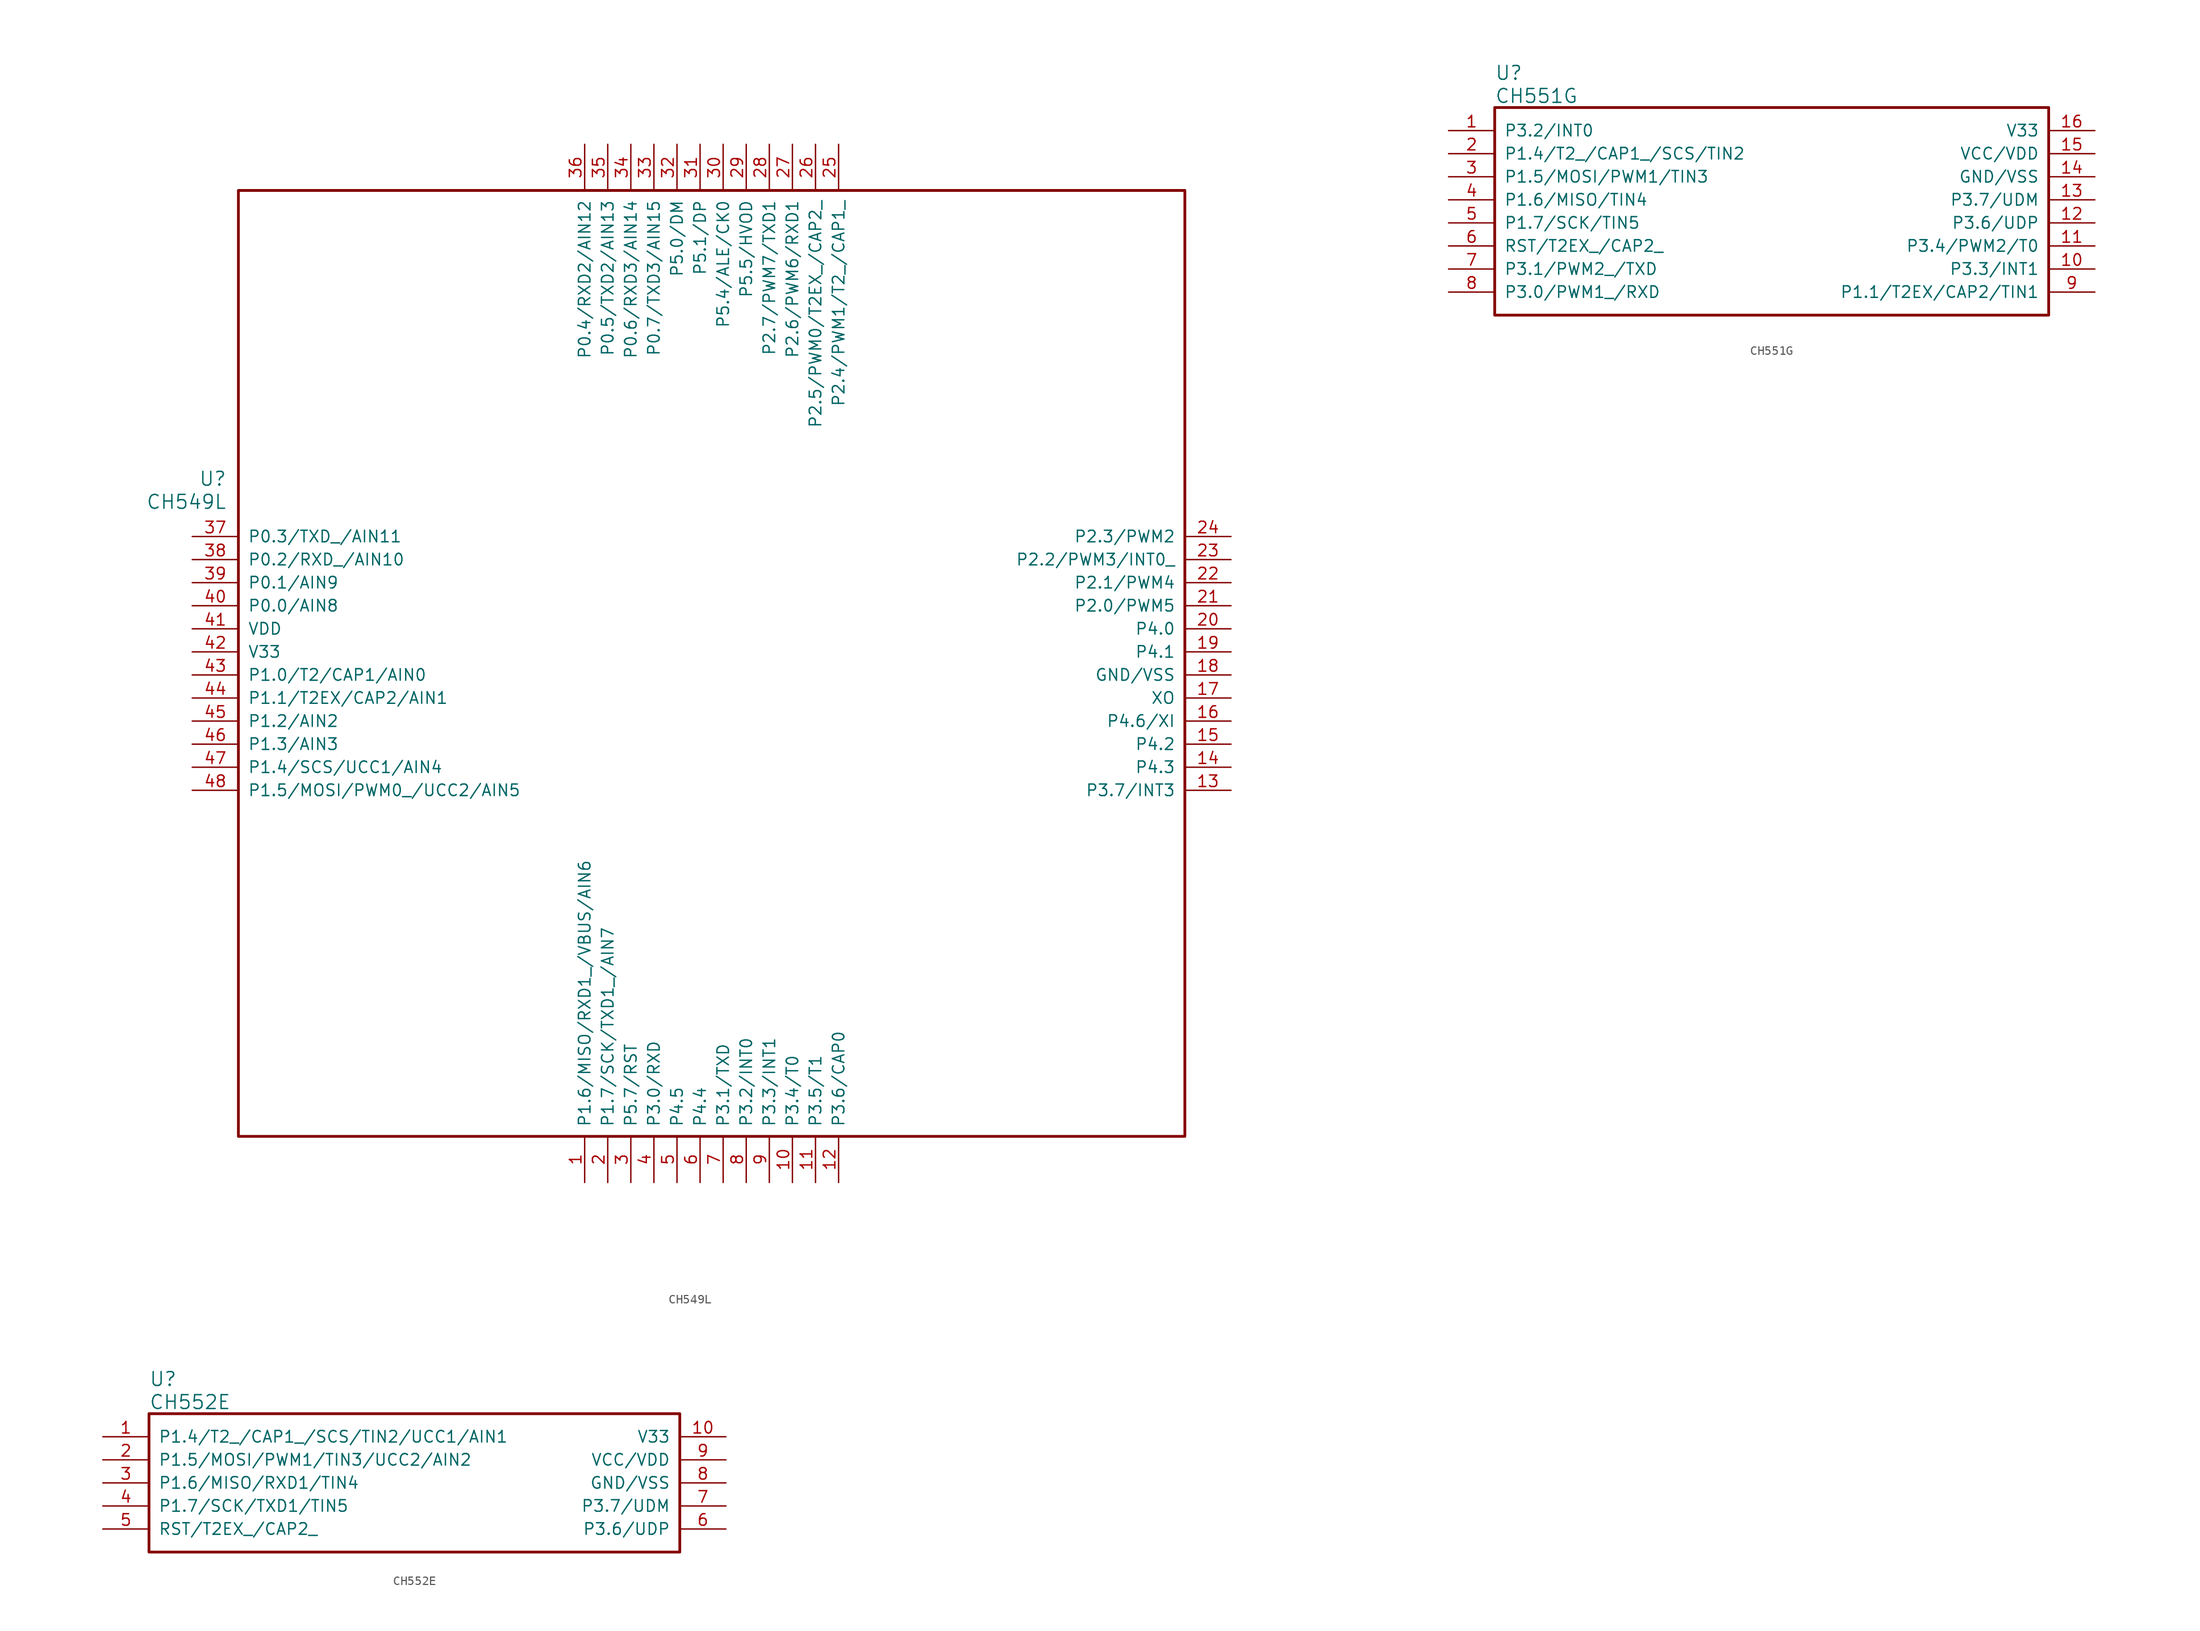
<source format=kicad_sym>
(kicad_symbol_lib
  (version 20240819)
  (generator "kicad_symbol_editor")
  (generator_version "8.99")
  (symbol "CH549L"
    (pin_names
      (offset 1.016))
    (property "Reference" "U"
      (at 3.81 6.35 0)
      (effects (font (size 1.524 1.524)) (justify right)))
    (property "Value" "CH549L"
      (at 3.81 3.81 0)
      (effects (font (size 1.524 1.524)) (justify right)))
    (property "ki_locked" ""
      (at 0 0 0)
      (effects (font (size 1.27 1.27))))
    (symbol "CH549L_1_1"
      (rectangle (start 5.08 38.1) (end 109.22 -66.04) (stroke (width 0.305) (type solid)) (fill (type none)))
      (pin bidirectional line (at 0 0 0) (length 5.08) (name "P0.3/TXD_/AIN11" (effects (font (size 1.27 1.27)))) (number "37" (effects (font (size 1.27 1.27)))))
      (pin bidirectional line (at 0 -2.54 0) (length 5.08) (name "P0.2/RXD_/AIN10" (effects (font (size 1.27 1.27)))) (number "38" (effects (font (size 1.27 1.27)))))
      (pin bidirectional line (at 0 -5.08 0) (length 5.08) (name "P0.1/AIN9" (effects (font (size 1.27 1.27)))) (number "39" (effects (font (size 1.27 1.27)))))
      (pin bidirectional line (at 0 -7.62 0) (length 5.08) (name "P0.0/AIN8" (effects (font (size 1.27 1.27)))) (number "40" (effects (font (size 1.27 1.27)))))
      (pin power_in line (at 0 -10.16 0) (length 5.08) (name "VDD" (effects (font (size 1.27 1.27)))) (number "41" (effects (font (size 1.27 1.27)))))
      (pin power_in line (at 0 -12.7 0) (length 5.08) (name "V33" (effects (font (size 1.27 1.27)))) (number "42" (effects (font (size 1.27 1.27)))))
      (pin bidirectional line (at 0 -15.24 0) (length 5.08) (name "P1.0/T2/CAP1/AIN0" (effects (font (size 1.27 1.27)))) (number "43" (effects (font (size 1.27 1.27)))))
      (pin bidirectional line (at 0 -17.78 0) (length 5.08) (name "P1.1/T2EX/CAP2/AIN1" (effects (font (size 1.27 1.27)))) (number "44" (effects (font (size 1.27 1.27)))))
      (pin bidirectional line (at 0 -20.32 0) (length 5.08) (name "P1.2/AIN2" (effects (font (size 1.27 1.27)))) (number "45" (effects (font (size 1.27 1.27)))))
      (pin bidirectional line (at 0 -22.86 0) (length 5.08) (name "P1.3/AIN3" (effects (font (size 1.27 1.27)))) (number "46" (effects (font (size 1.27 1.27)))))
      (pin bidirectional line (at 0 -25.4 0) (length 5.08) (name "P1.4/SCS/UCC1/AIN4" (effects (font (size 1.27 1.27)))) (number "47" (effects (font (size 1.27 1.27)))))
      (pin bidirectional line (at 0 -27.94 0) (length 5.08) (name "P1.5/MOSI/PWM0_/UCC2/AIN5" (effects (font (size 1.27 1.27)))) (number "48" (effects (font (size 1.27 1.27)))))
      (pin bidirectional line (at 43.18 43.18 270) (length 5.08) (name "P0.4/RXD2/AIN12" (effects (font (size 1.27 1.27)))) (number "36" (effects (font (size 1.27 1.27)))))
      (pin bidirectional line (at 43.18 -71.12 90) (length 5.08) (name "P1.6/MISO/RXD1_/VBUS/AIN6" (effects (font (size 1.27 1.27)))) (number "1" (effects (font (size 1.27 1.27)))))
      (pin bidirectional line (at 45.72 43.18 270) (length 5.08) (name "P0.5/TXD2/AIN13" (effects (font (size 1.27 1.27)))) (number "35" (effects (font (size 1.27 1.27)))))
      (pin bidirectional line (at 45.72 -71.12 90) (length 5.08) (name "P1.7/SCK/TXD1_/AIN7" (effects (font (size 1.27 1.27)))) (number "2" (effects (font (size 1.27 1.27)))))
      (pin bidirectional line (at 48.26 43.18 270) (length 5.08) (name "P0.6/RXD3/AIN14" (effects (font (size 1.27 1.27)))) (number "34" (effects (font (size 1.27 1.27)))))
      (pin bidirectional line (at 48.26 -71.12 90) (length 5.08) (name "P5.7/RST" (effects (font (size 1.27 1.27)))) (number "3" (effects (font (size 1.27 1.27)))))
      (pin bidirectional line (at 50.8 43.18 270) (length 5.08) (name "P0.7/TXD3/AIN15" (effects (font (size 1.27 1.27)))) (number "33" (effects (font (size 1.27 1.27)))))
      (pin bidirectional line (at 50.8 -71.12 90) (length 5.08) (name "P3.0/RXD" (effects (font (size 1.27 1.27)))) (number "4" (effects (font (size 1.27 1.27)))))
      (pin bidirectional line (at 53.34 43.18 270) (length 5.08) (name "P5.0/DM" (effects (font (size 1.27 1.27)))) (number "32" (effects (font (size 1.27 1.27)))))
      (pin bidirectional line (at 53.34 -71.12 90) (length 5.08) (name "P4.5" (effects (font (size 1.27 1.27)))) (number "5" (effects (font (size 1.27 1.27)))))
      (pin bidirectional line (at 55.88 43.18 270) (length 5.08) (name "P5.1/DP" (effects (font (size 1.27 1.27)))) (number "31" (effects (font (size 1.27 1.27)))))
      (pin bidirectional line (at 55.88 -71.12 90) (length 5.08) (name "P4.4" (effects (font (size 1.27 1.27)))) (number "6" (effects (font (size 1.27 1.27)))))
      (pin bidirectional line (at 58.42 43.18 270) (length 5.08) (name "P5.4/ALE/CK0" (effects (font (size 1.27 1.27)))) (number "30" (effects (font (size 1.27 1.27)))))
      (pin bidirectional line (at 58.42 -71.12 90) (length 5.08) (name "P3.1/TXD" (effects (font (size 1.27 1.27)))) (number "7" (effects (font (size 1.27 1.27)))))
      (pin bidirectional line (at 60.96 43.18 270) (length 5.08) (name "P5.5/HVOD" (effects (font (size 1.27 1.27)))) (number "29" (effects (font (size 1.27 1.27)))))
      (pin bidirectional line (at 60.96 -71.12 90) (length 5.08) (name "P3.2/INT0" (effects (font (size 1.27 1.27)))) (number "8" (effects (font (size 1.27 1.27)))))
      (pin bidirectional line (at 63.5 43.18 270) (length 5.08) (name "P2.7/PWM7/TXD1" (effects (font (size 1.27 1.27)))) (number "28" (effects (font (size 1.27 1.27)))))
      (pin bidirectional line (at 63.5 -71.12 90) (length 5.08) (name "P3.3/INT1" (effects (font (size 1.27 1.27)))) (number "9" (effects (font (size 1.27 1.27)))))
      (pin bidirectional line (at 66.04 43.18 270) (length 5.08) (name "P2.6/PWM6/RXD1" (effects (font (size 1.27 1.27)))) (number "27" (effects (font (size 1.27 1.27)))))
      (pin bidirectional line (at 66.04 -71.12 90) (length 5.08) (name "P3.4/T0" (effects (font (size 1.27 1.27)))) (number "10" (effects (font (size 1.27 1.27)))))
      (pin bidirectional line (at 68.58 43.18 270) (length 5.08) (name "P2.5/PWM0/T2EX_/CAP2_" (effects (font (size 1.27 1.27)))) (number "26" (effects (font (size 1.27 1.27)))))
      (pin bidirectional line (at 68.58 -71.12 90) (length 5.08) (name "P3.5/T1" (effects (font (size 1.27 1.27)))) (number "11" (effects (font (size 1.27 1.27)))))
      (pin bidirectional line (at 71.12 43.18 270) (length 5.08) (name "P2.4/PWM1/T2_/CAP1_" (effects (font (size 1.27 1.27)))) (number "25" (effects (font (size 1.27 1.27)))))
      (pin bidirectional line (at 71.12 -71.12 90) (length 5.08) (name "P3.6/CAP0" (effects (font (size 1.27 1.27)))) (number "12" (effects (font (size 1.27 1.27)))))
      (pin bidirectional line (at 114.3 0 180) (length 5.08) (name "P2.3/PWM2" (effects (font (size 1.27 1.27)))) (number "24" (effects (font (size 1.27 1.27)))))
      (pin bidirectional line (at 114.3 -2.54 180) (length 5.08) (name "P2.2/PWM3/INT0_" (effects (font (size 1.27 1.27)))) (number "23" (effects (font (size 1.27 1.27)))))
      (pin bidirectional line (at 114.3 -5.08 180) (length 5.08) (name "P2.1/PWM4" (effects (font (size 1.27 1.27)))) (number "22" (effects (font (size 1.27 1.27)))))
      (pin bidirectional line (at 114.3 -7.62 180) (length 5.08) (name "P2.0/PWM5" (effects (font (size 1.27 1.27)))) (number "21" (effects (font (size 1.27 1.27)))))
      (pin bidirectional line (at 114.3 -10.16 180) (length 5.08) (name "P4.0" (effects (font (size 1.27 1.27)))) (number "20" (effects (font (size 1.27 1.27)))))
      (pin bidirectional line (at 114.3 -12.7 180) (length 5.08) (name "P4.1" (effects (font (size 1.27 1.27)))) (number "19" (effects (font (size 1.27 1.27)))))
      (pin power_in line (at 114.3 -15.24 180) (length 5.08) (name "GND/VSS" (effects (font (size 1.27 1.27)))) (number "18" (effects (font (size 1.27 1.27)))))
      (pin bidirectional line (at 114.3 -17.78 180) (length 5.08) (name "XO" (effects (font (size 1.27 1.27)))) (number "17" (effects (font (size 1.27 1.27)))))
      (pin bidirectional line (at 114.3 -20.32 180) (length 5.08) (name "P4.6/XI" (effects (font (size 1.27 1.27)))) (number "16" (effects (font (size 1.27 1.27)))))
      (pin bidirectional line (at 114.3 -22.86 180) (length 5.08) (name "P4.2" (effects (font (size 1.27 1.27)))) (number "15" (effects (font (size 1.27 1.27)))))
      (pin bidirectional line (at 114.3 -25.4 180) (length 5.08) (name "P4.3" (effects (font (size 1.27 1.27)))) (number "14" (effects (font (size 1.27 1.27)))))
      (pin bidirectional line (at 114.3 -27.94 180) (length 5.08) (name "P3.7/INT3" (effects (font (size 1.27 1.27)))) (number "13" (effects (font (size 1.27 1.27)))))))
  (symbol "CH551G"
    (pin_names
      (offset 1.016))
    (property "Reference" "U"
      (at 5.08 6.35 0)
      (effects (font (size 1.524 1.524)) (justify left)))
    (property "Value" "CH551G"
      (at 5.08 3.81 0)
      (effects (font (size 1.524 1.524)) (justify left)))
    (property "ki_locked" ""
      (at 0 0 0)
      (effects (font (size 1.27 1.27))))
    (symbol "CH551G_1_1"
      (rectangle (start 5.08 2.54) (end 66.04 -20.32) (stroke (width 0.305) (type solid)) (fill (type none)))
      (pin bidirectional line (at 0 0 0) (length 5.08) (name "P3.2/INT0" (effects (font (size 1.27 1.27)))) (number "1" (effects (font (size 1.27 1.27)))))
      (pin bidirectional line (at 0 -2.54 0) (length 5.08) (name "P1.4/T2_/CAP1_/SCS/TIN2" (effects (font (size 1.27 1.27)))) (number "2" (effects (font (size 1.27 1.27)))))
      (pin bidirectional line (at 0 -5.08 0) (length 5.08) (name "P1.5/MOSI/PWM1/TIN3" (effects (font (size 1.27 1.27)))) (number "3" (effects (font (size 1.27 1.27)))))
      (pin bidirectional line (at 0 -7.62 0) (length 5.08) (name "P1.6/MISO/TIN4" (effects (font (size 1.27 1.27)))) (number "4" (effects (font (size 1.27 1.27)))))
      (pin bidirectional line (at 0 -10.16 0) (length 5.08) (name "P1.7/SCK/TIN5" (effects (font (size 1.27 1.27)))) (number "5" (effects (font (size 1.27 1.27)))))
      (pin bidirectional line (at 0 -12.7 0) (length 5.08) (name "RST/T2EX_/CAP2_" (effects (font (size 1.27 1.27)))) (number "6" (effects (font (size 1.27 1.27)))))
      (pin bidirectional line (at 0 -15.24 0) (length 5.08) (name "P3.1/PWM2_/TXD" (effects (font (size 1.27 1.27)))) (number "7" (effects (font (size 1.27 1.27)))))
      (pin bidirectional line (at 0 -17.78 0) (length 5.08) (name "P3.0/PWM1_/RXD" (effects (font (size 1.27 1.27)))) (number "8" (effects (font (size 1.27 1.27)))))
      (pin power_in line (at 71.12 0 180) (length 5.08) (name "V33" (effects (font (size 1.27 1.27)))) (number "16" (effects (font (size 1.27 1.27)))))
      (pin power_in line (at 71.12 -2.54 180) (length 5.08) (name "VCC/VDD" (effects (font (size 1.27 1.27)))) (number "15" (effects (font (size 1.27 1.27)))))
      (pin power_in line (at 71.12 -5.08 180) (length 5.08) (name "GND/VSS" (effects (font (size 1.27 1.27)))) (number "14" (effects (font (size 1.27 1.27)))))
      (pin bidirectional line (at 71.12 -7.62 180) (length 5.08) (name "P3.7/UDM" (effects (font (size 1.27 1.27)))) (number "13" (effects (font (size 1.27 1.27)))))
      (pin bidirectional line (at 71.12 -10.16 180) (length 5.08) (name "P3.6/UDP" (effects (font (size 1.27 1.27)))) (number "12" (effects (font (size 1.27 1.27)))))
      (pin bidirectional line (at 71.12 -12.7 180) (length 5.08) (name "P3.4/PWM2/T0" (effects (font (size 1.27 1.27)))) (number "11" (effects (font (size 1.27 1.27)))))
      (pin bidirectional line (at 71.12 -15.24 180) (length 5.08) (name "P3.3/INT1" (effects (font (size 1.27 1.27)))) (number "10" (effects (font (size 1.27 1.27)))))
      (pin bidirectional line (at 71.12 -17.78 180) (length 5.08) (name "P1.1/T2EX/CAP2/TIN1" (effects (font (size 1.27 1.27)))) (number "9" (effects (font (size 1.27 1.27)))))))
  (symbol "CH552E"
    (pin_names
      (offset 1.016))
    (property "Reference" "U"
      (at 5.08 6.35 0)
      (effects (font (size 1.524 1.524)) (justify left)))
    (property "Value" "CH552E"
      (at 5.08 3.81 0)
      (effects (font (size 1.524 1.524)) (justify left)))
    (property "ki_locked" ""
      (at 0 0 0)
      (effects (font (size 1.27 1.27))))
    (symbol "CH552E_1_1"
      (rectangle (start 5.08 2.54) (end 63.5 -12.7) (stroke (width 0.305) (type solid)) (fill (type none)))
      (pin bidirectional line (at 0 0 0) (length 5.08) (name "P1.4/T2_/CAP1_/SCS/TIN2/UCC1/AIN1" (effects (font (size 1.27 1.27)))) (number "1" (effects (font (size 1.27 1.27)))))
      (pin bidirectional line (at 0 -2.54 0) (length 5.08) (name "P1.5/MOSI/PWM1/TIN3/UCC2/AIN2" (effects (font (size 1.27 1.27)))) (number "2" (effects (font (size 1.27 1.27)))))
      (pin bidirectional line (at 0 -5.08 0) (length 5.08) (name "P1.6/MISO/RXD1/TIN4" (effects (font (size 1.27 1.27)))) (number "3" (effects (font (size 1.27 1.27)))))
      (pin bidirectional line (at 0 -7.62 0) (length 5.08) (name "P1.7/SCK/TXD1/TIN5" (effects (font (size 1.27 1.27)))) (number "4" (effects (font (size 1.27 1.27)))))
      (pin bidirectional line (at 0 -10.16 0) (length 5.08) (name "RST/T2EX_/CAP2_" (effects (font (size 1.27 1.27)))) (number "5" (effects (font (size 1.27 1.27)))))
      (pin power_in line (at 68.58 0 180) (length 5.08) (name "V33" (effects (font (size 1.27 1.27)))) (number "10" (effects (font (size 1.27 1.27)))))
      (pin power_in line (at 68.58 -2.54 180) (length 5.08) (name "VCC/VDD" (effects (font (size 1.27 1.27)))) (number "9" (effects (font (size 1.27 1.27)))))
      (pin power_in line (at 68.58 -5.08 180) (length 5.08) (name "GND/VSS" (effects (font (size 1.27 1.27)))) (number "8" (effects (font (size 1.27 1.27)))))
      (pin bidirectional line (at 68.58 -7.62 180) (length 5.08) (name "P3.7/UDM" (effects (font (size 1.27 1.27)))) (number "7" (effects (font (size 1.27 1.27)))))
      (pin bidirectional line (at 68.58 -10.16 180) (length 5.08) (name "P3.6/UDP" (effects (font (size 1.27 1.27)))) (number "6" (effects (font (size 1.27 1.27))))))))
</source>
